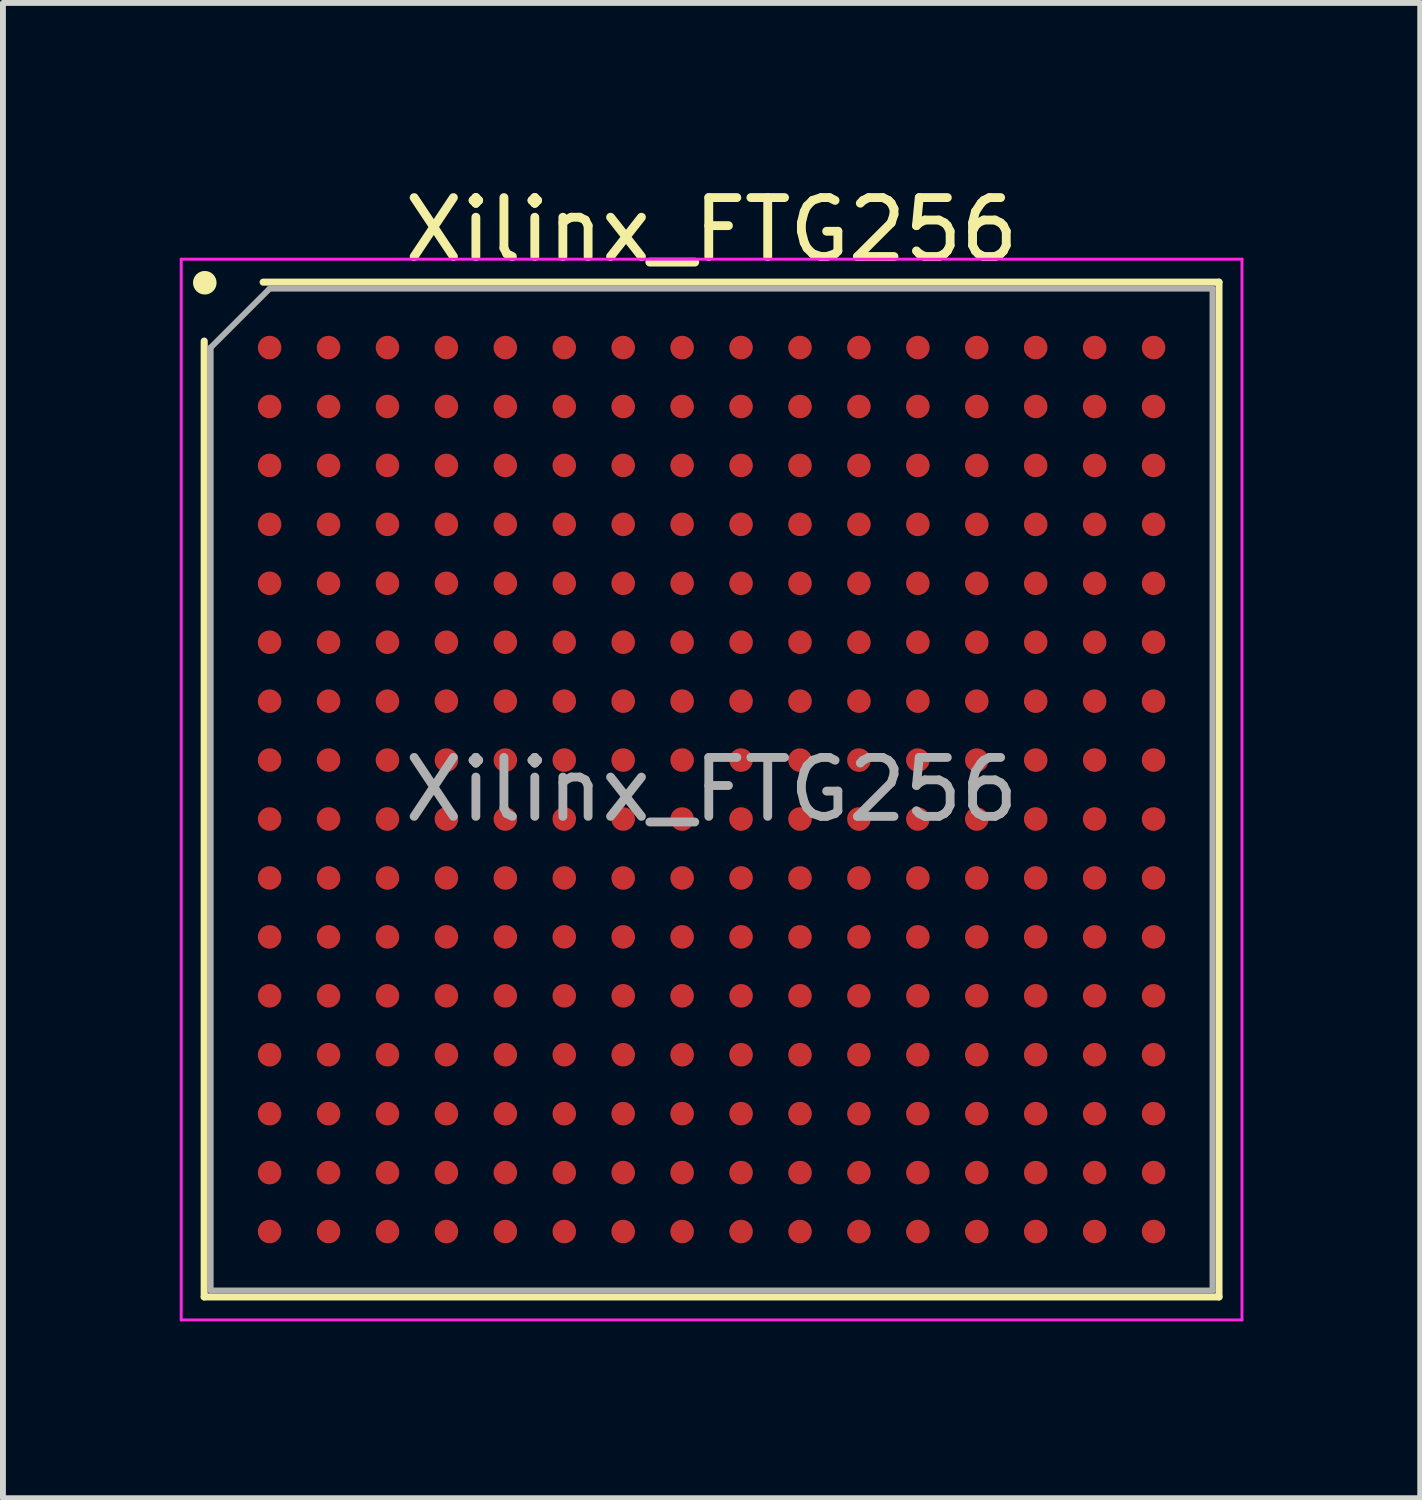
<source format=kicad_pcb>
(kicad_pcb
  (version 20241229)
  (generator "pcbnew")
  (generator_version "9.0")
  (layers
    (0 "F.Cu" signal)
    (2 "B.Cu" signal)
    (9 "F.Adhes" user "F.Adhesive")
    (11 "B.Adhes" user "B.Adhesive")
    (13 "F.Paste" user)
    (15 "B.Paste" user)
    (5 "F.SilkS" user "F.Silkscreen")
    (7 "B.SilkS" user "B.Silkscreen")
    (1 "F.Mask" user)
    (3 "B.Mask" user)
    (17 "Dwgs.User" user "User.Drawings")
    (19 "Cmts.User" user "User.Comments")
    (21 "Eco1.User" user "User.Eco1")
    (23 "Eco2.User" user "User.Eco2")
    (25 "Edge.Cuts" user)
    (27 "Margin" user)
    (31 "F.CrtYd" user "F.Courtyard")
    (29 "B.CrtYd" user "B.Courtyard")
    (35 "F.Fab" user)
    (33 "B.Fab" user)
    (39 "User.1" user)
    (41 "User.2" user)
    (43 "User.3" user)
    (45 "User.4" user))
  (footprint "Xilinx_FTG256"
    (layer "F.Cu")
    (at 9.025 10.348)
    (property "Reference" "Xilinx_FTG256" (at 0 -9.5 0) (layer "F.SilkS") (effects (font (size 1 1) (thickness 0.15))))
    (attr smd)
    (fp_line (start -8.61 8.61) (end -8.61 -7.61) (stroke (width 0.12) (type solid)) (layer "F.SilkS"))
    (fp_line (start -7.61 -8.61) (end 8.61 -8.61) (stroke (width 0.12) (type solid)) (layer "F.SilkS"))
    (fp_line (start 8.61 -8.61) (end 8.61 8.61) (stroke (width 0.12) (type solid)) (layer "F.SilkS"))
    (fp_line (start 8.61 8.61) (end -8.61 8.61) (stroke (width 0.12) (type solid)) (layer "F.SilkS"))
    (fp_circle (center -8.6 -8.6) (end -8.5 -8.6) (stroke (width 0.2) (type solid)) (fill no) (layer "F.SilkS"))
    (fp_line (start -9 -9) (end -9 9) (stroke (width 0.05) (type solid)) (layer "F.CrtYd"))
    (fp_line (start -9 9) (end 9 9) (stroke (width 0.05) (type solid)) (layer "F.CrtYd"))
    (fp_line (start 9 -9) (end -9 -9) (stroke (width 0.05) (type solid)) (layer "F.CrtYd"))
    (fp_line (start 9 9) (end 9 -9) (stroke (width 0.05) (type solid)) (layer "F.CrtYd"))
    (fp_line (start -8.5 -7.5) (end -7.5 -8.5) (stroke (width 0.1) (type solid)) (layer "F.Fab"))
    (fp_line (start -8.5 8.5) (end -8.5 -7.5) (stroke (width 0.1) (type solid)) (layer "F.Fab"))
    (fp_line (start -7.5 -8.5) (end 8.5 -8.5) (stroke (width 0.1) (type solid)) (layer "F.Fab"))
    (fp_line (start 8.5 -8.5) (end 8.5 8.5) (stroke (width 0.1) (type solid)) (layer "F.Fab"))
    (fp_line (start 8.5 8.5) (end -8.5 8.5) (stroke (width 0.1) (type solid)) (layer "F.Fab"))
    (fp_text user "${REFERENCE}" (at 0 0 0) (layer "F.Fab") (effects (font (size 1 1) (thickness 0.15))))
    (pad "A1" smd circle (at -7.5 -7.5) (size 0.4 0.4) (layers "F.Cu" "F.Mask" "F.Paste"))
    (pad "A2" smd circle (at -6.5 -7.5) (size 0.4 0.4) (layers "F.Cu" "F.Mask" "F.Paste"))
    (pad "A3" smd circle (at -5.5 -7.5) (size 0.4 0.4) (layers "F.Cu" "F.Mask" "F.Paste"))
    (pad "A4" smd circle (at -4.5 -7.5) (size 0.4 0.4) (layers "F.Cu" "F.Mask" "F.Paste"))
    (pad "A5" smd circle (at -3.5 -7.5) (size 0.4 0.4) (layers "F.Cu" "F.Mask" "F.Paste"))
    (pad "A6" smd circle (at -2.5 -7.5) (size 0.4 0.4) (layers "F.Cu" "F.Mask" "F.Paste"))
    (pad "A7" smd circle (at -1.5 -7.5) (size 0.4 0.4) (layers "F.Cu" "F.Mask" "F.Paste"))
    (pad "A8" smd circle (at -0.5 -7.5) (size 0.4 0.4) (layers "F.Cu" "F.Mask" "F.Paste"))
    (pad "A9" smd circle (at 0.5 -7.5) (size 0.4 0.4) (layers "F.Cu" "F.Mask" "F.Paste"))
    (pad "A10" smd circle (at 1.5 -7.5) (size 0.4 0.4) (layers "F.Cu" "F.Mask" "F.Paste"))
    (pad "A11" smd circle (at 2.5 -7.5) (size 0.4 0.4) (layers "F.Cu" "F.Mask" "F.Paste"))
    (pad "A12" smd circle (at 3.5 -7.5) (size 0.4 0.4) (layers "F.Cu" "F.Mask" "F.Paste"))
    (pad "A13" smd circle (at 4.5 -7.5) (size 0.4 0.4) (layers "F.Cu" "F.Mask" "F.Paste"))
    (pad "A14" smd circle (at 5.5 -7.5) (size 0.4 0.4) (layers "F.Cu" "F.Mask" "F.Paste"))
    (pad "A15" smd circle (at 6.5 -7.5) (size 0.4 0.4) (layers "F.Cu" "F.Mask" "F.Paste"))
    (pad "A16" smd circle (at 7.5 -7.5) (size 0.4 0.4) (layers "F.Cu" "F.Mask" "F.Paste"))
    (pad "B1" smd circle (at -7.5 -6.5) (size 0.4 0.4) (layers "F.Cu" "F.Mask" "F.Paste"))
    (pad "B2" smd circle (at -6.5 -6.5) (size 0.4 0.4) (layers "F.Cu" "F.Mask" "F.Paste"))
    (pad "B3" smd circle (at -5.5 -6.5) (size 0.4 0.4) (layers "F.Cu" "F.Mask" "F.Paste"))
    (pad "B4" smd circle (at -4.5 -6.5) (size 0.4 0.4) (layers "F.Cu" "F.Mask" "F.Paste"))
    (pad "B5" smd circle (at -3.5 -6.5) (size 0.4 0.4) (layers "F.Cu" "F.Mask" "F.Paste"))
    (pad "B6" smd circle (at -2.5 -6.5) (size 0.4 0.4) (layers "F.Cu" "F.Mask" "F.Paste"))
    (pad "B7" smd circle (at -1.5 -6.5) (size 0.4 0.4) (layers "F.Cu" "F.Mask" "F.Paste"))
    (pad "B8" smd circle (at -0.5 -6.5) (size 0.4 0.4) (layers "F.Cu" "F.Mask" "F.Paste"))
    (pad "B9" smd circle (at 0.5 -6.5) (size 0.4 0.4) (layers "F.Cu" "F.Mask" "F.Paste"))
    (pad "B10" smd circle (at 1.5 -6.5) (size 0.4 0.4) (layers "F.Cu" "F.Mask" "F.Paste"))
    (pad "B11" smd circle (at 2.5 -6.5) (size 0.4 0.4) (layers "F.Cu" "F.Mask" "F.Paste"))
    (pad "B12" smd circle (at 3.5 -6.5) (size 0.4 0.4) (layers "F.Cu" "F.Mask" "F.Paste"))
    (pad "B13" smd circle (at 4.5 -6.5) (size 0.4 0.4) (layers "F.Cu" "F.Mask" "F.Paste"))
    (pad "B14" smd circle (at 5.5 -6.5) (size 0.4 0.4) (layers "F.Cu" "F.Mask" "F.Paste"))
    (pad "B15" smd circle (at 6.5 -6.5) (size 0.4 0.4) (layers "F.Cu" "F.Mask" "F.Paste"))
    (pad "B16" smd circle (at 7.5 -6.5) (size 0.4 0.4) (layers "F.Cu" "F.Mask" "F.Paste"))
    (pad "C1" smd circle (at -7.5 -5.5) (size 0.4 0.4) (layers "F.Cu" "F.Mask" "F.Paste"))
    (pad "C2" smd circle (at -6.5 -5.5) (size 0.4 0.4) (layers "F.Cu" "F.Mask" "F.Paste"))
    (pad "C3" smd circle (at -5.5 -5.5) (size 0.4 0.4) (layers "F.Cu" "F.Mask" "F.Paste"))
    (pad "C4" smd circle (at -4.5 -5.5) (size 0.4 0.4) (layers "F.Cu" "F.Mask" "F.Paste"))
    (pad "C5" smd circle (at -3.5 -5.5) (size 0.4 0.4) (layers "F.Cu" "F.Mask" "F.Paste"))
    (pad "C6" smd circle (at -2.5 -5.5) (size 0.4 0.4) (layers "F.Cu" "F.Mask" "F.Paste"))
    (pad "C7" smd circle (at -1.5 -5.5) (size 0.4 0.4) (layers "F.Cu" "F.Mask" "F.Paste"))
    (pad "C8" smd circle (at -0.5 -5.5) (size 0.4 0.4) (layers "F.Cu" "F.Mask" "F.Paste"))
    (pad "C9" smd circle (at 0.5 -5.5) (size 0.4 0.4) (layers "F.Cu" "F.Mask" "F.Paste"))
    (pad "C10" smd circle (at 1.5 -5.5) (size 0.4 0.4) (layers "F.Cu" "F.Mask" "F.Paste"))
    (pad "C11" smd circle (at 2.5 -5.5) (size 0.4 0.4) (layers "F.Cu" "F.Mask" "F.Paste"))
    (pad "C12" smd circle (at 3.5 -5.5) (size 0.4 0.4) (layers "F.Cu" "F.Mask" "F.Paste"))
    (pad "C13" smd circle (at 4.5 -5.5) (size 0.4 0.4) (layers "F.Cu" "F.Mask" "F.Paste"))
    (pad "C14" smd circle (at 5.5 -5.5) (size 0.4 0.4) (layers "F.Cu" "F.Mask" "F.Paste"))
    (pad "C15" smd circle (at 6.5 -5.5) (size 0.4 0.4) (layers "F.Cu" "F.Mask" "F.Paste"))
    (pad "C16" smd circle (at 7.5 -5.5) (size 0.4 0.4) (layers "F.Cu" "F.Mask" "F.Paste"))
    (pad "D1" smd circle (at -7.5 -4.5) (size 0.4 0.4) (layers "F.Cu" "F.Mask" "F.Paste"))
    (pad "D2" smd circle (at -6.5 -4.5) (size 0.4 0.4) (layers "F.Cu" "F.Mask" "F.Paste"))
    (pad "D3" smd circle (at -5.5 -4.5) (size 0.4 0.4) (layers "F.Cu" "F.Mask" "F.Paste"))
    (pad "D4" smd circle (at -4.5 -4.5) (size 0.4 0.4) (layers "F.Cu" "F.Mask" "F.Paste"))
    (pad "D5" smd circle (at -3.5 -4.5) (size 0.4 0.4) (layers "F.Cu" "F.Mask" "F.Paste"))
    (pad "D6" smd circle (at -2.5 -4.5) (size 0.4 0.4) (layers "F.Cu" "F.Mask" "F.Paste"))
    (pad "D7" smd circle (at -1.5 -4.5) (size 0.4 0.4) (layers "F.Cu" "F.Mask" "F.Paste"))
    (pad "D8" smd circle (at -0.5 -4.5) (size 0.4 0.4) (layers "F.Cu" "F.Mask" "F.Paste"))
    (pad "D9" smd circle (at 0.5 -4.5) (size 0.4 0.4) (layers "F.Cu" "F.Mask" "F.Paste"))
    (pad "D10" smd circle (at 1.5 -4.5) (size 0.4 0.4) (layers "F.Cu" "F.Mask" "F.Paste"))
    (pad "D11" smd circle (at 2.5 -4.5) (size 0.4 0.4) (layers "F.Cu" "F.Mask" "F.Paste"))
    (pad "D12" smd circle (at 3.5 -4.5) (size 0.4 0.4) (layers "F.Cu" "F.Mask" "F.Paste"))
    (pad "D13" smd circle (at 4.5 -4.5) (size 0.4 0.4) (layers "F.Cu" "F.Mask" "F.Paste"))
    (pad "D14" smd circle (at 5.5 -4.5) (size 0.4 0.4) (layers "F.Cu" "F.Mask" "F.Paste"))
    (pad "D15" smd circle (at 6.5 -4.5) (size 0.4 0.4) (layers "F.Cu" "F.Mask" "F.Paste"))
    (pad "D16" smd circle (at 7.5 -4.5) (size 0.4 0.4) (layers "F.Cu" "F.Mask" "F.Paste"))
    (pad "E1" smd circle (at -7.5 -3.5) (size 0.4 0.4) (layers "F.Cu" "F.Mask" "F.Paste"))
    (pad "E2" smd circle (at -6.5 -3.5) (size 0.4 0.4) (layers "F.Cu" "F.Mask" "F.Paste"))
    (pad "E3" smd circle (at -5.5 -3.5) (size 0.4 0.4) (layers "F.Cu" "F.Mask" "F.Paste"))
    (pad "E4" smd circle (at -4.5 -3.5) (size 0.4 0.4) (layers "F.Cu" "F.Mask" "F.Paste"))
    (pad "E5" smd circle (at -3.5 -3.5) (size 0.4 0.4) (layers "F.Cu" "F.Mask" "F.Paste"))
    (pad "E6" smd circle (at -2.5 -3.5) (size 0.4 0.4) (layers "F.Cu" "F.Mask" "F.Paste"))
    (pad "E7" smd circle (at -1.5 -3.5) (size 0.4 0.4) (layers "F.Cu" "F.Mask" "F.Paste"))
    (pad "E8" smd circle (at -0.5 -3.5) (size 0.4 0.4) (layers "F.Cu" "F.Mask" "F.Paste"))
    (pad "E9" smd circle (at 0.5 -3.5) (size 0.4 0.4) (layers "F.Cu" "F.Mask" "F.Paste"))
    (pad "E10" smd circle (at 1.5 -3.5) (size 0.4 0.4) (layers "F.Cu" "F.Mask" "F.Paste"))
    (pad "E11" smd circle (at 2.5 -3.5) (size 0.4 0.4) (layers "F.Cu" "F.Mask" "F.Paste"))
    (pad "E12" smd circle (at 3.5 -3.5) (size 0.4 0.4) (layers "F.Cu" "F.Mask" "F.Paste"))
    (pad "E13" smd circle (at 4.5 -3.5) (size 0.4 0.4) (layers "F.Cu" "F.Mask" "F.Paste"))
    (pad "E14" smd circle (at 5.5 -3.5) (size 0.4 0.4) (layers "F.Cu" "F.Mask" "F.Paste"))
    (pad "E15" smd circle (at 6.5 -3.5) (size 0.4 0.4) (layers "F.Cu" "F.Mask" "F.Paste"))
    (pad "E16" smd circle (at 7.5 -3.5) (size 0.4 0.4) (layers "F.Cu" "F.Mask" "F.Paste"))
    (pad "F1" smd circle (at -7.5 -2.5) (size 0.4 0.4) (layers "F.Cu" "F.Mask" "F.Paste"))
    (pad "F2" smd circle (at -6.5 -2.5) (size 0.4 0.4) (layers "F.Cu" "F.Mask" "F.Paste"))
    (pad "F3" smd circle (at -5.5 -2.5) (size 0.4 0.4) (layers "F.Cu" "F.Mask" "F.Paste"))
    (pad "F4" smd circle (at -4.5 -2.5) (size 0.4 0.4) (layers "F.Cu" "F.Mask" "F.Paste"))
    (pad "F5" smd circle (at -3.5 -2.5) (size 0.4 0.4) (layers "F.Cu" "F.Mask" "F.Paste"))
    (pad "F6" smd circle (at -2.5 -2.5) (size 0.4 0.4) (layers "F.Cu" "F.Mask" "F.Paste"))
    (pad "F7" smd circle (at -1.5 -2.5) (size 0.4 0.4) (layers "F.Cu" "F.Mask" "F.Paste"))
    (pad "F8" smd circle (at -0.5 -2.5) (size 0.4 0.4) (layers "F.Cu" "F.Mask" "F.Paste"))
    (pad "F9" smd circle (at 0.5 -2.5) (size 0.4 0.4) (layers "F.Cu" "F.Mask" "F.Paste"))
    (pad "F10" smd circle (at 1.5 -2.5) (size 0.4 0.4) (layers "F.Cu" "F.Mask" "F.Paste"))
    (pad "F11" smd circle (at 2.5 -2.5) (size 0.4 0.4) (layers "F.Cu" "F.Mask" "F.Paste"))
    (pad "F12" smd circle (at 3.5 -2.5) (size 0.4 0.4) (layers "F.Cu" "F.Mask" "F.Paste"))
    (pad "F13" smd circle (at 4.5 -2.5) (size 0.4 0.4) (layers "F.Cu" "F.Mask" "F.Paste"))
    (pad "F14" smd circle (at 5.5 -2.5) (size 0.4 0.4) (layers "F.Cu" "F.Mask" "F.Paste"))
    (pad "F15" smd circle (at 6.5 -2.5) (size 0.4 0.4) (layers "F.Cu" "F.Mask" "F.Paste"))
    (pad "F16" smd circle (at 7.5 -2.5) (size 0.4 0.4) (layers "F.Cu" "F.Mask" "F.Paste"))
    (pad "G1" smd circle (at -7.5 -1.5) (size 0.4 0.4) (layers "F.Cu" "F.Mask" "F.Paste"))
    (pad "G2" smd circle (at -6.5 -1.5) (size 0.4 0.4) (layers "F.Cu" "F.Mask" "F.Paste"))
    (pad "G3" smd circle (at -5.5 -1.5) (size 0.4 0.4) (layers "F.Cu" "F.Mask" "F.Paste"))
    (pad "G4" smd circle (at -4.5 -1.5) (size 0.4 0.4) (layers "F.Cu" "F.Mask" "F.Paste"))
    (pad "G5" smd circle (at -3.5 -1.5) (size 0.4 0.4) (layers "F.Cu" "F.Mask" "F.Paste"))
    (pad "G6" smd circle (at -2.5 -1.5) (size 0.4 0.4) (layers "F.Cu" "F.Mask" "F.Paste"))
    (pad "G7" smd circle (at -1.5 -1.5) (size 0.4 0.4) (layers "F.Cu" "F.Mask" "F.Paste"))
    (pad "G8" smd circle (at -0.5 -1.5) (size 0.4 0.4) (layers "F.Cu" "F.Mask" "F.Paste"))
    (pad "G9" smd circle (at 0.5 -1.5) (size 0.4 0.4) (layers "F.Cu" "F.Mask" "F.Paste"))
    (pad "G10" smd circle (at 1.5 -1.5) (size 0.4 0.4) (layers "F.Cu" "F.Mask" "F.Paste"))
    (pad "G11" smd circle (at 2.5 -1.5) (size 0.4 0.4) (layers "F.Cu" "F.Mask" "F.Paste"))
    (pad "G12" smd circle (at 3.5 -1.5) (size 0.4 0.4) (layers "F.Cu" "F.Mask" "F.Paste"))
    (pad "G13" smd circle (at 4.5 -1.5) (size 0.4 0.4) (layers "F.Cu" "F.Mask" "F.Paste"))
    (pad "G14" smd circle (at 5.5 -1.5) (size 0.4 0.4) (layers "F.Cu" "F.Mask" "F.Paste"))
    (pad "G15" smd circle (at 6.5 -1.5) (size 0.4 0.4) (layers "F.Cu" "F.Mask" "F.Paste"))
    (pad "G16" smd circle (at 7.5 -1.5) (size 0.4 0.4) (layers "F.Cu" "F.Mask" "F.Paste"))
    (pad "H1" smd circle (at -7.5 -0.5) (size 0.4 0.4) (layers "F.Cu" "F.Mask" "F.Paste"))
    (pad "H2" smd circle (at -6.5 -0.5) (size 0.4 0.4) (layers "F.Cu" "F.Mask" "F.Paste"))
    (pad "H3" smd circle (at -5.5 -0.5) (size 0.4 0.4) (layers "F.Cu" "F.Mask" "F.Paste"))
    (pad "H4" smd circle (at -4.5 -0.5) (size 0.4 0.4) (layers "F.Cu" "F.Mask" "F.Paste"))
    (pad "H5" smd circle (at -3.5 -0.5) (size 0.4 0.4) (layers "F.Cu" "F.Mask" "F.Paste"))
    (pad "H6" smd circle (at -2.5 -0.5) (size 0.4 0.4) (layers "F.Cu" "F.Mask" "F.Paste"))
    (pad "H7" smd circle (at -1.5 -0.5) (size 0.4 0.4) (layers "F.Cu" "F.Mask" "F.Paste"))
    (pad "H8" smd circle (at -0.5 -0.5) (size 0.4 0.4) (layers "F.Cu" "F.Mask" "F.Paste"))
    (pad "H9" smd circle (at 0.5 -0.5) (size 0.4 0.4) (layers "F.Cu" "F.Mask" "F.Paste"))
    (pad "H10" smd circle (at 1.5 -0.5) (size 0.4 0.4) (layers "F.Cu" "F.Mask" "F.Paste"))
    (pad "H11" smd circle (at 2.5 -0.5) (size 0.4 0.4) (layers "F.Cu" "F.Mask" "F.Paste"))
    (pad "H12" smd circle (at 3.5 -0.5) (size 0.4 0.4) (layers "F.Cu" "F.Mask" "F.Paste"))
    (pad "H13" smd circle (at 4.5 -0.5) (size 0.4 0.4) (layers "F.Cu" "F.Mask" "F.Paste"))
    (pad "H14" smd circle (at 5.5 -0.5) (size 0.4 0.4) (layers "F.Cu" "F.Mask" "F.Paste"))
    (pad "H15" smd circle (at 6.5 -0.5) (size 0.4 0.4) (layers "F.Cu" "F.Mask" "F.Paste"))
    (pad "H16" smd circle (at 7.5 -0.5) (size 0.4 0.4) (layers "F.Cu" "F.Mask" "F.Paste"))
    (pad "J1" smd circle (at -7.5 0.5) (size 0.4 0.4) (layers "F.Cu" "F.Mask" "F.Paste"))
    (pad "J2" smd circle (at -6.5 0.5) (size 0.4 0.4) (layers "F.Cu" "F.Mask" "F.Paste"))
    (pad "J3" smd circle (at -5.5 0.5) (size 0.4 0.4) (layers "F.Cu" "F.Mask" "F.Paste"))
    (pad "J4" smd circle (at -4.5 0.5) (size 0.4 0.4) (layers "F.Cu" "F.Mask" "F.Paste"))
    (pad "J5" smd circle (at -3.5 0.5) (size 0.4 0.4) (layers "F.Cu" "F.Mask" "F.Paste"))
    (pad "J6" smd circle (at -2.5 0.5) (size 0.4 0.4) (layers "F.Cu" "F.Mask" "F.Paste"))
    (pad "J7" smd circle (at -1.5 0.5) (size 0.4 0.4) (layers "F.Cu" "F.Mask" "F.Paste"))
    (pad "J8" smd circle (at -0.5 0.5) (size 0.4 0.4) (layers "F.Cu" "F.Mask" "F.Paste"))
    (pad "J9" smd circle (at 0.5 0.5) (size 0.4 0.4) (layers "F.Cu" "F.Mask" "F.Paste"))
    (pad "J10" smd circle (at 1.5 0.5) (size 0.4 0.4) (layers "F.Cu" "F.Mask" "F.Paste"))
    (pad "J11" smd circle (at 2.5 0.5) (size 0.4 0.4) (layers "F.Cu" "F.Mask" "F.Paste"))
    (pad "J12" smd circle (at 3.5 0.5) (size 0.4 0.4) (layers "F.Cu" "F.Mask" "F.Paste"))
    (pad "J13" smd circle (at 4.5 0.5) (size 0.4 0.4) (layers "F.Cu" "F.Mask" "F.Paste"))
    (pad "J14" smd circle (at 5.5 0.5) (size 0.4 0.4) (layers "F.Cu" "F.Mask" "F.Paste"))
    (pad "J15" smd circle (at 6.5 0.5) (size 0.4 0.4) (layers "F.Cu" "F.Mask" "F.Paste"))
    (pad "J16" smd circle (at 7.5 0.5) (size 0.4 0.4) (layers "F.Cu" "F.Mask" "F.Paste"))
    (pad "K1" smd circle (at -7.5 1.5) (size 0.4 0.4) (layers "F.Cu" "F.Mask" "F.Paste"))
    (pad "K2" smd circle (at -6.5 1.5) (size 0.4 0.4) (layers "F.Cu" "F.Mask" "F.Paste"))
    (pad "K3" smd circle (at -5.5 1.5) (size 0.4 0.4) (layers "F.Cu" "F.Mask" "F.Paste"))
    (pad "K4" smd circle (at -4.5 1.5) (size 0.4 0.4) (layers "F.Cu" "F.Mask" "F.Paste"))
    (pad "K5" smd circle (at -3.5 1.5) (size 0.4 0.4) (layers "F.Cu" "F.Mask" "F.Paste"))
    (pad "K6" smd circle (at -2.5 1.5) (size 0.4 0.4) (layers "F.Cu" "F.Mask" "F.Paste"))
    (pad "K7" smd circle (at -1.5 1.5) (size 0.4 0.4) (layers "F.Cu" "F.Mask" "F.Paste"))
    (pad "K8" smd circle (at -0.5 1.5) (size 0.4 0.4) (layers "F.Cu" "F.Mask" "F.Paste"))
    (pad "K9" smd circle (at 0.5 1.5) (size 0.4 0.4) (layers "F.Cu" "F.Mask" "F.Paste"))
    (pad "K10" smd circle (at 1.5 1.5) (size 0.4 0.4) (layers "F.Cu" "F.Mask" "F.Paste"))
    (pad "K11" smd circle (at 2.5 1.5) (size 0.4 0.4) (layers "F.Cu" "F.Mask" "F.Paste"))
    (pad "K12" smd circle (at 3.5 1.5) (size 0.4 0.4) (layers "F.Cu" "F.Mask" "F.Paste"))
    (pad "K13" smd circle (at 4.5 1.5) (size 0.4 0.4) (layers "F.Cu" "F.Mask" "F.Paste"))
    (pad "K14" smd circle (at 5.5 1.5) (size 0.4 0.4) (layers "F.Cu" "F.Mask" "F.Paste"))
    (pad "K15" smd circle (at 6.5 1.5) (size 0.4 0.4) (layers "F.Cu" "F.Mask" "F.Paste"))
    (pad "K16" smd circle (at 7.5 1.5) (size 0.4 0.4) (layers "F.Cu" "F.Mask" "F.Paste"))
    (pad "L1" smd circle (at -7.5 2.5) (size 0.4 0.4) (layers "F.Cu" "F.Mask" "F.Paste"))
    (pad "L2" smd circle (at -6.5 2.5) (size 0.4 0.4) (layers "F.Cu" "F.Mask" "F.Paste"))
    (pad "L3" smd circle (at -5.5 2.5) (size 0.4 0.4) (layers "F.Cu" "F.Mask" "F.Paste"))
    (pad "L4" smd circle (at -4.5 2.5) (size 0.4 0.4) (layers "F.Cu" "F.Mask" "F.Paste"))
    (pad "L5" smd circle (at -3.5 2.5) (size 0.4 0.4) (layers "F.Cu" "F.Mask" "F.Paste"))
    (pad "L6" smd circle (at -2.5 2.5) (size 0.4 0.4) (layers "F.Cu" "F.Mask" "F.Paste"))
    (pad "L7" smd circle (at -1.5 2.5) (size 0.4 0.4) (layers "F.Cu" "F.Mask" "F.Paste"))
    (pad "L8" smd circle (at -0.5 2.5) (size 0.4 0.4) (layers "F.Cu" "F.Mask" "F.Paste"))
    (pad "L9" smd circle (at 0.5 2.5) (size 0.4 0.4) (layers "F.Cu" "F.Mask" "F.Paste"))
    (pad "L10" smd circle (at 1.5 2.5) (size 0.4 0.4) (layers "F.Cu" "F.Mask" "F.Paste"))
    (pad "L11" smd circle (at 2.5 2.5) (size 0.4 0.4) (layers "F.Cu" "F.Mask" "F.Paste"))
    (pad "L12" smd circle (at 3.5 2.5) (size 0.4 0.4) (layers "F.Cu" "F.Mask" "F.Paste"))
    (pad "L13" smd circle (at 4.5 2.5) (size 0.4 0.4) (layers "F.Cu" "F.Mask" "F.Paste"))
    (pad "L14" smd circle (at 5.5 2.5) (size 0.4 0.4) (layers "F.Cu" "F.Mask" "F.Paste"))
    (pad "L15" smd circle (at 6.5 2.5) (size 0.4 0.4) (layers "F.Cu" "F.Mask" "F.Paste"))
    (pad "L16" smd circle (at 7.5 2.5) (size 0.4 0.4) (layers "F.Cu" "F.Mask" "F.Paste"))
    (pad "M1" smd circle (at -7.5 3.5) (size 0.4 0.4) (layers "F.Cu" "F.Mask" "F.Paste"))
    (pad "M2" smd circle (at -6.5 3.5) (size 0.4 0.4) (layers "F.Cu" "F.Mask" "F.Paste"))
    (pad "M3" smd circle (at -5.5 3.5) (size 0.4 0.4) (layers "F.Cu" "F.Mask" "F.Paste"))
    (pad "M4" smd circle (at -4.5 3.5) (size 0.4 0.4) (layers "F.Cu" "F.Mask" "F.Paste"))
    (pad "M5" smd circle (at -3.5 3.5) (size 0.4 0.4) (layers "F.Cu" "F.Mask" "F.Paste"))
    (pad "M6" smd circle (at -2.5 3.5) (size 0.4 0.4) (layers "F.Cu" "F.Mask" "F.Paste"))
    (pad "M7" smd circle (at -1.5 3.5) (size 0.4 0.4) (layers "F.Cu" "F.Mask" "F.Paste"))
    (pad "M8" smd circle (at -0.5 3.5) (size 0.4 0.4) (layers "F.Cu" "F.Mask" "F.Paste"))
    (pad "M9" smd circle (at 0.5 3.5) (size 0.4 0.4) (layers "F.Cu" "F.Mask" "F.Paste"))
    (pad "M10" smd circle (at 1.5 3.5) (size 0.4 0.4) (layers "F.Cu" "F.Mask" "F.Paste"))
    (pad "M11" smd circle (at 2.5 3.5) (size 0.4 0.4) (layers "F.Cu" "F.Mask" "F.Paste"))
    (pad "M12" smd circle (at 3.5 3.5) (size 0.4 0.4) (layers "F.Cu" "F.Mask" "F.Paste"))
    (pad "M13" smd circle (at 4.5 3.5) (size 0.4 0.4) (layers "F.Cu" "F.Mask" "F.Paste"))
    (pad "M14" smd circle (at 5.5 3.5) (size 0.4 0.4) (layers "F.Cu" "F.Mask" "F.Paste"))
    (pad "M15" smd circle (at 6.5 3.5) (size 0.4 0.4) (layers "F.Cu" "F.Mask" "F.Paste"))
    (pad "M16" smd circle (at 7.5 3.5) (size 0.4 0.4) (layers "F.Cu" "F.Mask" "F.Paste"))
    (pad "N1" smd circle (at -7.5 4.5) (size 0.4 0.4) (layers "F.Cu" "F.Mask" "F.Paste"))
    (pad "N2" smd circle (at -6.5 4.5) (size 0.4 0.4) (layers "F.Cu" "F.Mask" "F.Paste"))
    (pad "N3" smd circle (at -5.5 4.5) (size 0.4 0.4) (layers "F.Cu" "F.Mask" "F.Paste"))
    (pad "N4" smd circle (at -4.5 4.5) (size 0.4 0.4) (layers "F.Cu" "F.Mask" "F.Paste"))
    (pad "N5" smd circle (at -3.5 4.5) (size 0.4 0.4) (layers "F.Cu" "F.Mask" "F.Paste"))
    (pad "N6" smd circle (at -2.5 4.5) (size 0.4 0.4) (layers "F.Cu" "F.Mask" "F.Paste"))
    (pad "N7" smd circle (at -1.5 4.5) (size 0.4 0.4) (layers "F.Cu" "F.Mask" "F.Paste"))
    (pad "N8" smd circle (at -0.5 4.5) (size 0.4 0.4) (layers "F.Cu" "F.Mask" "F.Paste"))
    (pad "N9" smd circle (at 0.5 4.5) (size 0.4 0.4) (layers "F.Cu" "F.Mask" "F.Paste"))
    (pad "N10" smd circle (at 1.5 4.5) (size 0.4 0.4) (layers "F.Cu" "F.Mask" "F.Paste"))
    (pad "N11" smd circle (at 2.5 4.5) (size 0.4 0.4) (layers "F.Cu" "F.Mask" "F.Paste"))
    (pad "N12" smd circle (at 3.5 4.5) (size 0.4 0.4) (layers "F.Cu" "F.Mask" "F.Paste"))
    (pad "N13" smd circle (at 4.5 4.5) (size 0.4 0.4) (layers "F.Cu" "F.Mask" "F.Paste"))
    (pad "N14" smd circle (at 5.5 4.5) (size 0.4 0.4) (layers "F.Cu" "F.Mask" "F.Paste"))
    (pad "N15" smd circle (at 6.5 4.5) (size 0.4 0.4) (layers "F.Cu" "F.Mask" "F.Paste"))
    (pad "N16" smd circle (at 7.5 4.5) (size 0.4 0.4) (layers "F.Cu" "F.Mask" "F.Paste"))
    (pad "P1" smd circle (at -7.5 5.5) (size 0.4 0.4) (layers "F.Cu" "F.Mask" "F.Paste"))
    (pad "P2" smd circle (at -6.5 5.5) (size 0.4 0.4) (layers "F.Cu" "F.Mask" "F.Paste"))
    (pad "P3" smd circle (at -5.5 5.5) (size 0.4 0.4) (layers "F.Cu" "F.Mask" "F.Paste"))
    (pad "P4" smd circle (at -4.5 5.5) (size 0.4 0.4) (layers "F.Cu" "F.Mask" "F.Paste"))
    (pad "P5" smd circle (at -3.5 5.5) (size 0.4 0.4) (layers "F.Cu" "F.Mask" "F.Paste"))
    (pad "P6" smd circle (at -2.5 5.5) (size 0.4 0.4) (layers "F.Cu" "F.Mask" "F.Paste"))
    (pad "P7" smd circle (at -1.5 5.5) (size 0.4 0.4) (layers "F.Cu" "F.Mask" "F.Paste"))
    (pad "P8" smd circle (at -0.5 5.5) (size 0.4 0.4) (layers "F.Cu" "F.Mask" "F.Paste"))
    (pad "P9" smd circle (at 0.5 5.5) (size 0.4 0.4) (layers "F.Cu" "F.Mask" "F.Paste"))
    (pad "P10" smd circle (at 1.5 5.5) (size 0.4 0.4) (layers "F.Cu" "F.Mask" "F.Paste"))
    (pad "P11" smd circle (at 2.5 5.5) (size 0.4 0.4) (layers "F.Cu" "F.Mask" "F.Paste"))
    (pad "P12" smd circle (at 3.5 5.5) (size 0.4 0.4) (layers "F.Cu" "F.Mask" "F.Paste"))
    (pad "P13" smd circle (at 4.5 5.5) (size 0.4 0.4) (layers "F.Cu" "F.Mask" "F.Paste"))
    (pad "P14" smd circle (at 5.5 5.5) (size 0.4 0.4) (layers "F.Cu" "F.Mask" "F.Paste"))
    (pad "P15" smd circle (at 6.5 5.5) (size 0.4 0.4) (layers "F.Cu" "F.Mask" "F.Paste"))
    (pad "P16" smd circle (at 7.5 5.5) (size 0.4 0.4) (layers "F.Cu" "F.Mask" "F.Paste"))
    (pad "R1" smd circle (at -7.5 6.5) (size 0.4 0.4) (layers "F.Cu" "F.Mask" "F.Paste"))
    (pad "R2" smd circle (at -6.5 6.5) (size 0.4 0.4) (layers "F.Cu" "F.Mask" "F.Paste"))
    (pad "R3" smd circle (at -5.5 6.5) (size 0.4 0.4) (layers "F.Cu" "F.Mask" "F.Paste"))
    (pad "R4" smd circle (at -4.5 6.5) (size 0.4 0.4) (layers "F.Cu" "F.Mask" "F.Paste"))
    (pad "R5" smd circle (at -3.5 6.5) (size 0.4 0.4) (layers "F.Cu" "F.Mask" "F.Paste"))
    (pad "R6" smd circle (at -2.5 6.5) (size 0.4 0.4) (layers "F.Cu" "F.Mask" "F.Paste"))
    (pad "R7" smd circle (at -1.5 6.5) (size 0.4 0.4) (layers "F.Cu" "F.Mask" "F.Paste"))
    (pad "R8" smd circle (at -0.5 6.5) (size 0.4 0.4) (layers "F.Cu" "F.Mask" "F.Paste"))
    (pad "R9" smd circle (at 0.5 6.5) (size 0.4 0.4) (layers "F.Cu" "F.Mask" "F.Paste"))
    (pad "R10" smd circle (at 1.5 6.5) (size 0.4 0.4) (layers "F.Cu" "F.Mask" "F.Paste"))
    (pad "R11" smd circle (at 2.5 6.5) (size 0.4 0.4) (layers "F.Cu" "F.Mask" "F.Paste"))
    (pad "R12" smd circle (at 3.5 6.5) (size 0.4 0.4) (layers "F.Cu" "F.Mask" "F.Paste"))
    (pad "R13" smd circle (at 4.5 6.5) (size 0.4 0.4) (layers "F.Cu" "F.Mask" "F.Paste"))
    (pad "R14" smd circle (at 5.5 6.5) (size 0.4 0.4) (layers "F.Cu" "F.Mask" "F.Paste"))
    (pad "R15" smd circle (at 6.5 6.5) (size 0.4 0.4) (layers "F.Cu" "F.Mask" "F.Paste"))
    (pad "R16" smd circle (at 7.5 6.5) (size 0.4 0.4) (layers "F.Cu" "F.Mask" "F.Paste"))
    (pad "T1" smd circle (at -7.5 7.5) (size 0.4 0.4) (layers "F.Cu" "F.Mask" "F.Paste"))
    (pad "T2" smd circle (at -6.5 7.5) (size 0.4 0.4) (layers "F.Cu" "F.Mask" "F.Paste"))
    (pad "T3" smd circle (at -5.5 7.5) (size 0.4 0.4) (layers "F.Cu" "F.Mask" "F.Paste"))
    (pad "T4" smd circle (at -4.5 7.5) (size 0.4 0.4) (layers "F.Cu" "F.Mask" "F.Paste"))
    (pad "T5" smd circle (at -3.5 7.5) (size 0.4 0.4) (layers "F.Cu" "F.Mask" "F.Paste"))
    (pad "T6" smd circle (at -2.5 7.5) (size 0.4 0.4) (layers "F.Cu" "F.Mask" "F.Paste"))
    (pad "T7" smd circle (at -1.5 7.5) (size 0.4 0.4) (layers "F.Cu" "F.Mask" "F.Paste"))
    (pad "T8" smd circle (at -0.5 7.5) (size 0.4 0.4) (layers "F.Cu" "F.Mask" "F.Paste"))
    (pad "T9" smd circle (at 0.5 7.5) (size 0.4 0.4) (layers "F.Cu" "F.Mask" "F.Paste"))
    (pad "T10" smd circle (at 1.5 7.5) (size 0.4 0.4) (layers "F.Cu" "F.Mask" "F.Paste"))
    (pad "T11" smd circle (at 2.5 7.5) (size 0.4 0.4) (layers "F.Cu" "F.Mask" "F.Paste"))
    (pad "T12" smd circle (at 3.5 7.5) (size 0.4 0.4) (layers "F.Cu" "F.Mask" "F.Paste"))
    (pad "T13" smd circle (at 4.5 7.5) (size 0.4 0.4) (layers "F.Cu" "F.Mask" "F.Paste"))
    (pad "T14" smd circle (at 5.5 7.5) (size 0.4 0.4) (layers "F.Cu" "F.Mask" "F.Paste"))
    (pad "T15" smd circle (at 6.5 7.5) (size 0.4 0.4) (layers "F.Cu" "F.Mask" "F.Paste"))
    (pad "T16" smd circle (at 7.5 7.5) (size 0.4 0.4) (layers "F.Cu" "F.Mask" "F.Paste")))
  (gr_rect
    (start -3 -3)
    (end 21.05 22.373)
    (stroke (width 0.1) (type default))
    (fill no)
    (layer "Edge.Cuts")))
</source>
